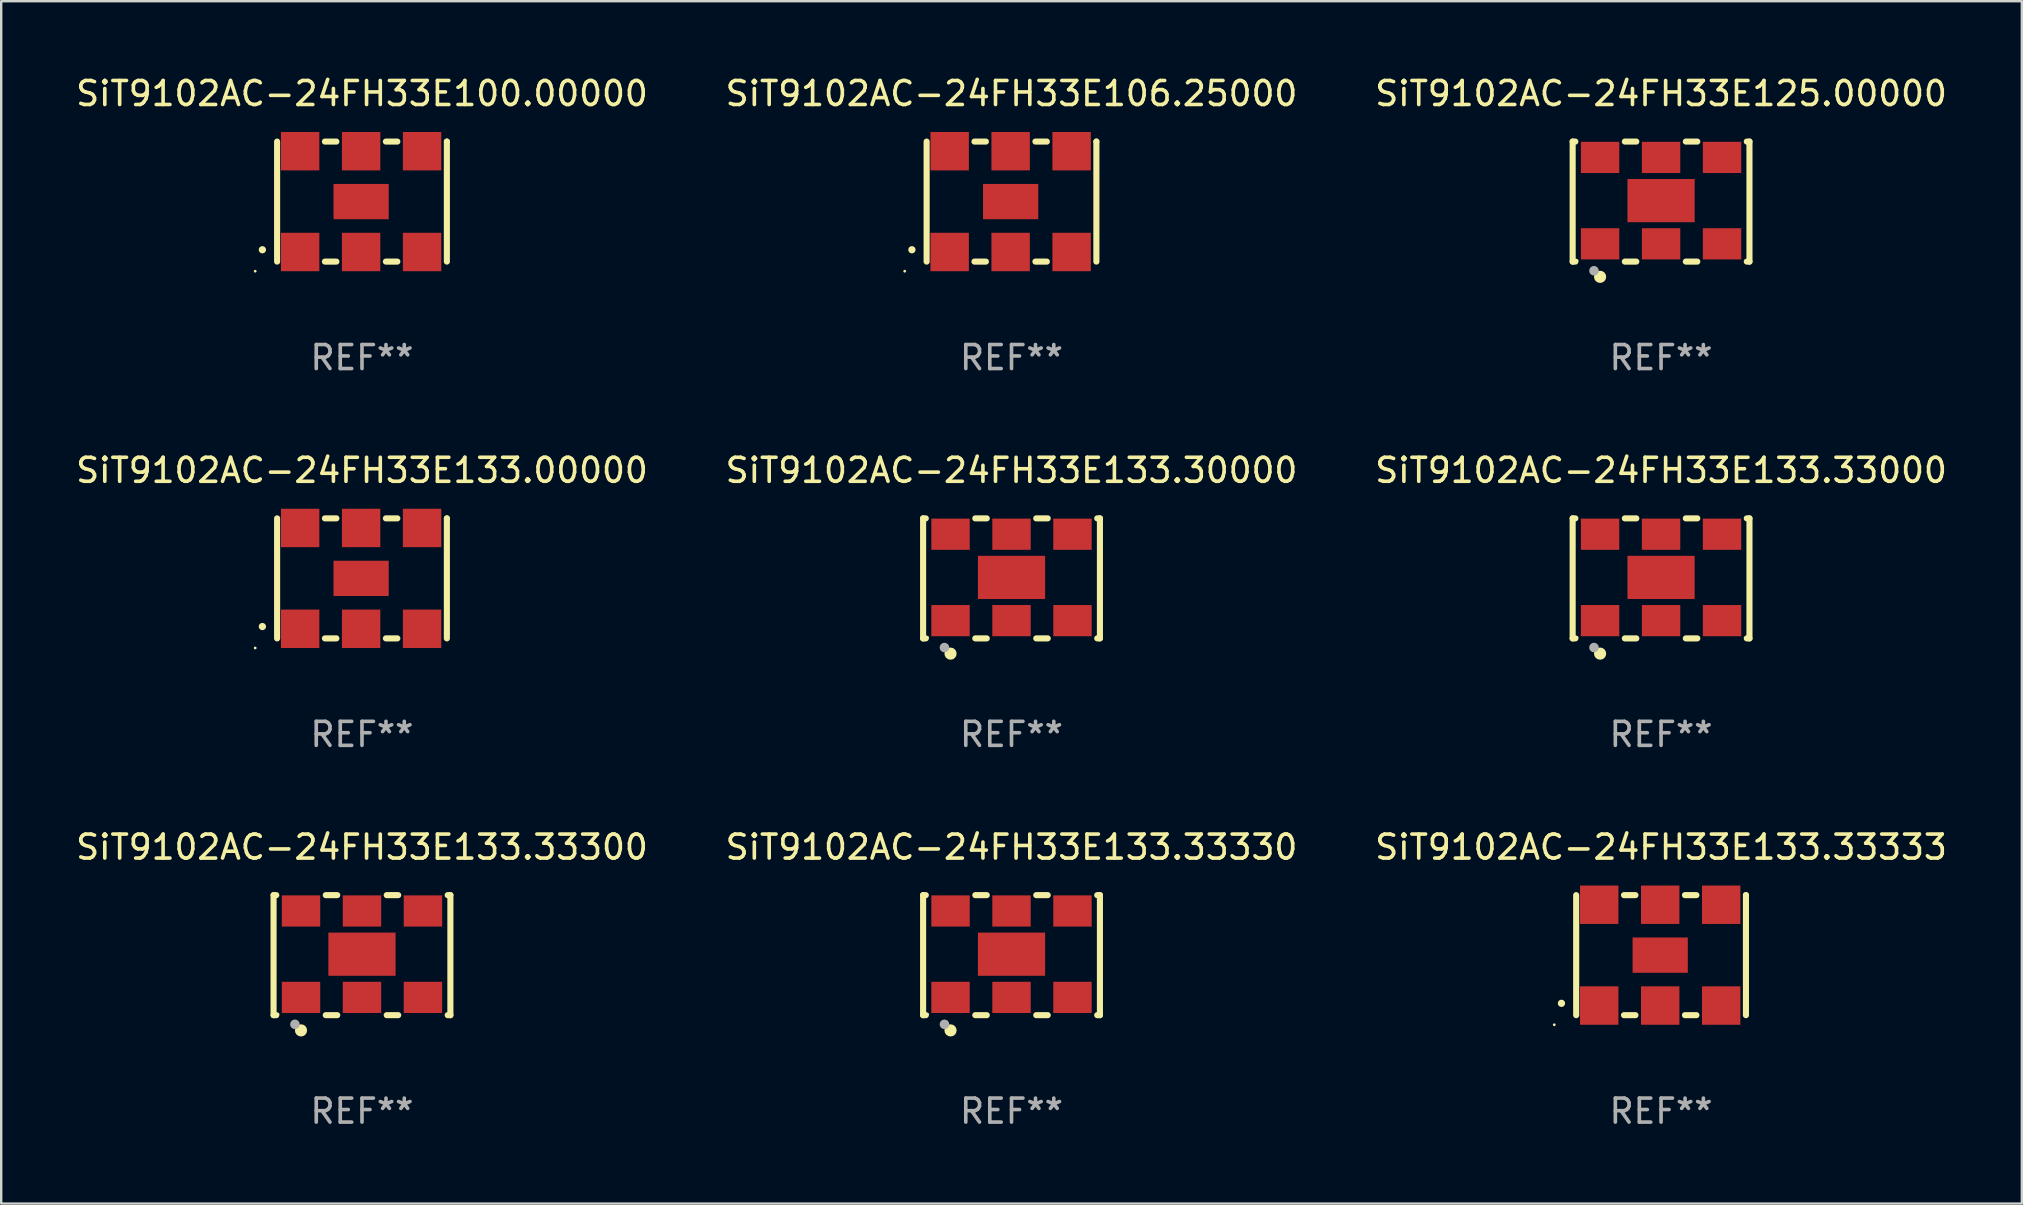
<source format=kicad_pcb>
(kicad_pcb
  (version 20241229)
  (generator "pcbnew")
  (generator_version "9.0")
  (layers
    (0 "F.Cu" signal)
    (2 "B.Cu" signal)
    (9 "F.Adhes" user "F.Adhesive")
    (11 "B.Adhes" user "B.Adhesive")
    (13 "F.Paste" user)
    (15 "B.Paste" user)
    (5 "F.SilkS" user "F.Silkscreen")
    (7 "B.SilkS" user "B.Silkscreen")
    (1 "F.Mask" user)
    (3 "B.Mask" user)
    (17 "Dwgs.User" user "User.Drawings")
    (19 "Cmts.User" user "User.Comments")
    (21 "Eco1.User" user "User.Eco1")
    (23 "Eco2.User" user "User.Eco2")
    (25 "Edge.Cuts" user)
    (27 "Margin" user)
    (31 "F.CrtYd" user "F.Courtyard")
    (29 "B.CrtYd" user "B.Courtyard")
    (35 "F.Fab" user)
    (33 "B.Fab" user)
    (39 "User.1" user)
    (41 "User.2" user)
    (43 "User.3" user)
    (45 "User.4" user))
  (footprint "SiT9102AC-24FH33E133.30000"
    (layer "F.Cu")
    (at 39.089 21.045)
    (property "Reference" "SiT9102AC-24FH33E133.30000" (at 0 -4.5 0) (layer "F.SilkS") (effects (font (size 1 1) (thickness 0.15))))
    (attr through_hole)
    (fp_line (start -3.683 -2.5) (end -3.571 -2.5) (stroke (width 0.254) (type solid)) (layer "F.SilkS"))
    (fp_line (start -3.683 2.5) (end -3.683 -2.5) (stroke (width 0.254) (type solid)) (layer "F.SilkS"))
    (fp_line (start -3.683 2.5) (end -3.571 2.5) (stroke (width 0.254) (type solid)) (layer "F.SilkS"))
    (fp_line (start -1.509 -2.5) (end -1.031 -2.5) (stroke (width 0.254) (type solid)) (layer "F.SilkS"))
    (fp_line (start -1.509 2.5) (end -1.031 2.5) (stroke (width 0.254) (type solid)) (layer "F.SilkS"))
    (fp_line (start 1.031 -2.5) (end 1.509 -2.5) (stroke (width 0.254) (type solid)) (layer "F.SilkS"))
    (fp_line (start 1.031 2.5) (end 1.509 2.5) (stroke (width 0.254) (type solid)) (layer "F.SilkS"))
    (fp_line (start 3.571 -2.5) (end 3.683 -2.5) (stroke (width 0.254) (type solid)) (layer "F.SilkS"))
    (fp_line (start 3.571 2.5) (end 3.683 2.5) (stroke (width 0.254) (type solid)) (layer "F.SilkS"))
    (fp_line (start 3.683 2.5) (end 3.683 -2.5) (stroke (width 0.254) (type solid)) (layer "F.SilkS"))
    (fp_circle (center -3.5 2.46) (end -3.47 2.46) (stroke (width 0.06) (type solid)) (fill no) (layer "F.SilkS"))
    (fp_circle (center -2.54 3.135) (end -2.413 3.135) (stroke (width 0.254) (type solid)) (fill no) (layer "F.SilkS"))
    (fp_circle (center -2.794 2.881) (end -2.694 2.881) (stroke (width 0.2) (type solid)) (fill no) (layer "F.Fab"))
    (fp_text user "REF**" (at 0 6.5 0) (layer "F.Fab") (effects (font (size 1 1) (thickness 0.15))))
    (pad "1" smd rect (at -2.54 1.76) (size 1.6 1.3) (layers "F.Cu" "F.Mask" "F.Paste"))
    (pad "2" smd rect (at 0 1.76) (size 1.6 1.3) (layers "F.Cu" "F.Mask" "F.Paste"))
    (pad "3" smd rect (at 2.54 1.76) (size 1.6 1.3) (layers "F.Cu" "F.Mask" "F.Paste"))
    (pad "4" smd rect (at 2.54 -1.84) (size 1.6 1.3) (layers "F.Cu" "F.Mask" "F.Paste"))
    (pad "5" smd rect (at 0 -1.84) (size 1.6 1.3) (layers "F.Cu" "F.Mask" "F.Paste"))
    (pad "6" smd rect (at -2.54 -1.84) (size 1.6 1.3) (layers "F.Cu" "F.Mask" "F.Paste"))
    (pad "7" smd rect (at 0 -0.04) (size 2.8 1.8) (layers "F.Cu" "F.Mask" "F.Paste")))
  (footprint "SiT9102AC-24FH33E133.33330"
    (layer "F.Cu")
    (at 39.089 36.741)
    (property "Reference" "SiT9102AC-24FH33E133.33330" (at 0 -4.5 0) (layer "F.SilkS") (effects (font (size 1 1) (thickness 0.15))))
    (attr through_hole)
    (fp_line (start -3.683 -2.5) (end -3.571 -2.5) (stroke (width 0.254) (type solid)) (layer "F.SilkS"))
    (fp_line (start -3.683 2.5) (end -3.683 -2.5) (stroke (width 0.254) (type solid)) (layer "F.SilkS"))
    (fp_line (start -3.683 2.5) (end -3.571 2.5) (stroke (width 0.254) (type solid)) (layer "F.SilkS"))
    (fp_line (start -1.509 -2.5) (end -1.031 -2.5) (stroke (width 0.254) (type solid)) (layer "F.SilkS"))
    (fp_line (start -1.509 2.5) (end -1.031 2.5) (stroke (width 0.254) (type solid)) (layer "F.SilkS"))
    (fp_line (start 1.031 -2.5) (end 1.509 -2.5) (stroke (width 0.254) (type solid)) (layer "F.SilkS"))
    (fp_line (start 1.031 2.5) (end 1.509 2.5) (stroke (width 0.254) (type solid)) (layer "F.SilkS"))
    (fp_line (start 3.571 -2.5) (end 3.683 -2.5) (stroke (width 0.254) (type solid)) (layer "F.SilkS"))
    (fp_line (start 3.571 2.5) (end 3.683 2.5) (stroke (width 0.254) (type solid)) (layer "F.SilkS"))
    (fp_line (start 3.683 2.5) (end 3.683 -2.5) (stroke (width 0.254) (type solid)) (layer "F.SilkS"))
    (fp_circle (center -3.5 2.46) (end -3.47 2.46) (stroke (width 0.06) (type solid)) (fill no) (layer "F.SilkS"))
    (fp_circle (center -2.54 3.135) (end -2.413 3.135) (stroke (width 0.254) (type solid)) (fill no) (layer "F.SilkS"))
    (fp_circle (center -2.794 2.881) (end -2.694 2.881) (stroke (width 0.2) (type solid)) (fill no) (layer "F.Fab"))
    (fp_text user "REF**" (at 0 6.5 0) (layer "F.Fab") (effects (font (size 1 1) (thickness 0.15))))
    (pad "1" smd rect (at -2.54 1.76) (size 1.6 1.3) (layers "F.Cu" "F.Mask" "F.Paste"))
    (pad "2" smd rect (at 0 1.76) (size 1.6 1.3) (layers "F.Cu" "F.Mask" "F.Paste"))
    (pad "3" smd rect (at 2.54 1.76) (size 1.6 1.3) (layers "F.Cu" "F.Mask" "F.Paste"))
    (pad "4" smd rect (at 2.54 -1.84) (size 1.6 1.3) (layers "F.Cu" "F.Mask" "F.Paste"))
    (pad "5" smd rect (at 0 -1.84) (size 1.6 1.3) (layers "F.Cu" "F.Mask" "F.Paste"))
    (pad "6" smd rect (at -2.54 -1.84) (size 1.6 1.3) (layers "F.Cu" "F.Mask" "F.Paste"))
    (pad "7" smd rect (at 0 -0.04) (size 2.8 1.8) (layers "F.Cu" "F.Mask" "F.Paste")))
  (footprint "SiT9102AC-24FH33E133.00000"
    (layer "F.Cu")
    (at 12.03 21.045)
    (property "Reference" "SiT9102AC-24FH33E133.00000" (at 0 -4.5 0) (layer "F.SilkS") (effects (font (size 1 1) (thickness 0.15))))
    (attr through_hole)
    (fp_line (start -3.536 -2.5) (end -3.536 2.5) (stroke (width 0.254) (type solid)) (layer "F.SilkS"))
    (fp_line (start -1.544 2.5) (end -1.067 2.5) (stroke (width 0.254) (type solid)) (layer "F.SilkS"))
    (fp_line (start -1.067 -2.5) (end -1.544 -2.5) (stroke (width 0.254) (type solid)) (layer "F.SilkS"))
    (fp_line (start 0.996 2.5) (end 1.473 2.5) (stroke (width 0.254) (type solid)) (layer "F.SilkS"))
    (fp_line (start 1.473 -2.5) (end 0.996 -2.5) (stroke (width 0.254) (type solid)) (layer "F.SilkS"))
    (fp_line (start 3.536 -2.5) (end 3.536 -2.5) (stroke (width 0.254) (type solid)) (layer "F.SilkS"))
    (fp_line (start 3.536 2.5) (end 3.536 -2.5) (stroke (width 0.254) (type solid)) (layer "F.SilkS"))
    (fp_arc (start -4.150432 2.006604) (mid -4.149162 2.006599) (end -4.147892 2.006604) (stroke (width 0.3) (type solid)) (layer "F.SilkS"))
    (fp_circle (center -4.449 2.9) (end -4.419 2.9) (stroke (width 0.06) (type solid)) (fill no) (layer "F.SilkS"))
    (fp_text user "REF**" (at 0 6.5 0) (layer "F.Fab") (effects (font (size 1 1) (thickness 0.15))))
    (pad "1" smd rect (at -2.576 2.1) (size 1.6 1.6) (layers "F.Cu" "F.Mask" "F.Paste"))
    (pad "2" smd rect (at -0.036 2.1) (size 1.6 1.6) (layers "F.Cu" "F.Mask" "F.Paste"))
    (pad "3" smd rect (at 2.504 2.1) (size 1.6 1.6) (layers "F.Cu" "F.Mask" "F.Paste"))
    (pad "4" smd rect (at 2.504 -2.1) (size 1.6 1.6) (layers "F.Cu" "F.Mask" "F.Paste"))
    (pad "5" smd rect (at -0.036 -2.1) (size 1.6 1.6) (layers "F.Cu" "F.Mask" "F.Paste"))
    (pad "6" smd rect (at -2.576 -2.1) (size 1.6 1.6) (layers "F.Cu" "F.Mask" "F.Paste"))
    (pad "7" smd rect (at -0.036 0) (size 2.3 1.47) (layers "F.Cu" "F.Mask" "F.Paste")))
  (footprint "SiT9102AC-24FH33E106.25000"
    (layer "F.Cu")
    (at 39.089 5.348)
    (property "Reference" "SiT9102AC-24FH33E106.25000" (at 0 -4.5 0) (layer "F.SilkS") (effects (font (size 1 1) (thickness 0.15))))
    (attr through_hole)
    (fp_line (start -3.536 -2.5) (end -3.536 2.5) (stroke (width 0.254) (type solid)) (layer "F.SilkS"))
    (fp_line (start -1.544 2.5) (end -1.067 2.5) (stroke (width 0.254) (type solid)) (layer "F.SilkS"))
    (fp_line (start -1.067 -2.5) (end -1.544 -2.5) (stroke (width 0.254) (type solid)) (layer "F.SilkS"))
    (fp_line (start 0.996 2.5) (end 1.473 2.5) (stroke (width 0.254) (type solid)) (layer "F.SilkS"))
    (fp_line (start 1.473 -2.5) (end 0.996 -2.5) (stroke (width 0.254) (type solid)) (layer "F.SilkS"))
    (fp_line (start 3.536 -2.5) (end 3.536 -2.5) (stroke (width 0.254) (type solid)) (layer "F.SilkS"))
    (fp_line (start 3.536 2.5) (end 3.536 -2.5) (stroke (width 0.254) (type solid)) (layer "F.SilkS"))
    (fp_arc (start -4.150432 2.006604) (mid -4.149162 2.006599) (end -4.147892 2.006604) (stroke (width 0.3) (type solid)) (layer "F.SilkS"))
    (fp_circle (center -4.449 2.9) (end -4.419 2.9) (stroke (width 0.06) (type solid)) (fill no) (layer "F.SilkS"))
    (fp_text user "REF**" (at 0 6.5 0) (layer "F.Fab") (effects (font (size 1 1) (thickness 0.15))))
    (pad "1" smd rect (at -2.576 2.1) (size 1.6 1.6) (layers "F.Cu" "F.Mask" "F.Paste"))
    (pad "2" smd rect (at -0.036 2.1) (size 1.6 1.6) (layers "F.Cu" "F.Mask" "F.Paste"))
    (pad "3" smd rect (at 2.504 2.1) (size 1.6 1.6) (layers "F.Cu" "F.Mask" "F.Paste"))
    (pad "4" smd rect (at 2.504 -2.1) (size 1.6 1.6) (layers "F.Cu" "F.Mask" "F.Paste"))
    (pad "5" smd rect (at -0.036 -2.1) (size 1.6 1.6) (layers "F.Cu" "F.Mask" "F.Paste"))
    (pad "6" smd rect (at -2.576 -2.1) (size 1.6 1.6) (layers "F.Cu" "F.Mask" "F.Paste"))
    (pad "7" smd rect (at -0.036 0) (size 2.3 1.47) (layers "F.Cu" "F.Mask" "F.Paste")))
  (footprint "SiT9102AC-24FH33E100.00000"
    (layer "F.Cu")
    (at 12.03 5.348)
    (property "Reference" "SiT9102AC-24FH33E100.00000" (at 0 -4.5 0) (layer "F.SilkS") (effects (font (size 1 1) (thickness 0.15))))
    (attr through_hole)
    (fp_line (start -3.536 -2.5) (end -3.536 2.5) (stroke (width 0.254) (type solid)) (layer "F.SilkS"))
    (fp_line (start -1.544 2.5) (end -1.067 2.5) (stroke (width 0.254) (type solid)) (layer "F.SilkS"))
    (fp_line (start -1.067 -2.5) (end -1.544 -2.5) (stroke (width 0.254) (type solid)) (layer "F.SilkS"))
    (fp_line (start 0.996 2.5) (end 1.473 2.5) (stroke (width 0.254) (type solid)) (layer "F.SilkS"))
    (fp_line (start 1.473 -2.5) (end 0.996 -2.5) (stroke (width 0.254) (type solid)) (layer "F.SilkS"))
    (fp_line (start 3.536 -2.5) (end 3.536 -2.5) (stroke (width 0.254) (type solid)) (layer "F.SilkS"))
    (fp_line (start 3.536 2.5) (end 3.536 -2.5) (stroke (width 0.254) (type solid)) (layer "F.SilkS"))
    (fp_arc (start -4.150432 2.006604) (mid -4.149162 2.006599) (end -4.147892 2.006604) (stroke (width 0.3) (type solid)) (layer "F.SilkS"))
    (fp_circle (center -4.449 2.9) (end -4.419 2.9) (stroke (width 0.06) (type solid)) (fill no) (layer "F.SilkS"))
    (fp_text user "REF**" (at 0 6.5 0) (layer "F.Fab") (effects (font (size 1 1) (thickness 0.15))))
    (pad "1" smd rect (at -2.576 2.1) (size 1.6 1.6) (layers "F.Cu" "F.Mask" "F.Paste"))
    (pad "2" smd rect (at -0.036 2.1) (size 1.6 1.6) (layers "F.Cu" "F.Mask" "F.Paste"))
    (pad "3" smd rect (at 2.504 2.1) (size 1.6 1.6) (layers "F.Cu" "F.Mask" "F.Paste"))
    (pad "4" smd rect (at 2.504 -2.1) (size 1.6 1.6) (layers "F.Cu" "F.Mask" "F.Paste"))
    (pad "5" smd rect (at -0.036 -2.1) (size 1.6 1.6) (layers "F.Cu" "F.Mask" "F.Paste"))
    (pad "6" smd rect (at -2.576 -2.1) (size 1.6 1.6) (layers "F.Cu" "F.Mask" "F.Paste"))
    (pad "7" smd rect (at -0.036 0) (size 2.3 1.47) (layers "F.Cu" "F.Mask" "F.Paste")))
  (footprint "SiT9102AC-24FH33E133.33300"
    (layer "F.Cu")
    (at 12.03 36.741)
    (property "Reference" "SiT9102AC-24FH33E133.33300" (at 0 -4.5 0) (layer "F.SilkS") (effects (font (size 1 1) (thickness 0.15))))
    (attr through_hole)
    (fp_line (start -3.683 -2.5) (end -3.571 -2.5) (stroke (width 0.254) (type solid)) (layer "F.SilkS"))
    (fp_line (start -3.683 2.5) (end -3.683 -2.5) (stroke (width 0.254) (type solid)) (layer "F.SilkS"))
    (fp_line (start -3.683 2.5) (end -3.571 2.5) (stroke (width 0.254) (type solid)) (layer "F.SilkS"))
    (fp_line (start -1.509 -2.5) (end -1.031 -2.5) (stroke (width 0.254) (type solid)) (layer "F.SilkS"))
    (fp_line (start -1.509 2.5) (end -1.031 2.5) (stroke (width 0.254) (type solid)) (layer "F.SilkS"))
    (fp_line (start 1.031 -2.5) (end 1.509 -2.5) (stroke (width 0.254) (type solid)) (layer "F.SilkS"))
    (fp_line (start 1.031 2.5) (end 1.509 2.5) (stroke (width 0.254) (type solid)) (layer "F.SilkS"))
    (fp_line (start 3.571 -2.5) (end 3.683 -2.5) (stroke (width 0.254) (type solid)) (layer "F.SilkS"))
    (fp_line (start 3.571 2.5) (end 3.683 2.5) (stroke (width 0.254) (type solid)) (layer "F.SilkS"))
    (fp_line (start 3.683 2.5) (end 3.683 -2.5) (stroke (width 0.254) (type solid)) (layer "F.SilkS"))
    (fp_circle (center -3.5 2.46) (end -3.47 2.46) (stroke (width 0.06) (type solid)) (fill no) (layer "F.SilkS"))
    (fp_circle (center -2.54 3.135) (end -2.413 3.135) (stroke (width 0.254) (type solid)) (fill no) (layer "F.SilkS"))
    (fp_circle (center -2.794 2.881) (end -2.694 2.881) (stroke (width 0.2) (type solid)) (fill no) (layer "F.Fab"))
    (fp_text user "REF**" (at 0 6.5 0) (layer "F.Fab") (effects (font (size 1 1) (thickness 0.15))))
    (pad "1" smd rect (at -2.54 1.76) (size 1.6 1.3) (layers "F.Cu" "F.Mask" "F.Paste"))
    (pad "2" smd rect (at 0 1.76) (size 1.6 1.3) (layers "F.Cu" "F.Mask" "F.Paste"))
    (pad "3" smd rect (at 2.54 1.76) (size 1.6 1.3) (layers "F.Cu" "F.Mask" "F.Paste"))
    (pad "4" smd rect (at 2.54 -1.84) (size 1.6 1.3) (layers "F.Cu" "F.Mask" "F.Paste"))
    (pad "5" smd rect (at 0 -1.84) (size 1.6 1.3) (layers "F.Cu" "F.Mask" "F.Paste"))
    (pad "6" smd rect (at -2.54 -1.84) (size 1.6 1.3) (layers "F.Cu" "F.Mask" "F.Paste"))
    (pad "7" smd rect (at 0 -0.04) (size 2.8 1.8) (layers "F.Cu" "F.Mask" "F.Paste")))
  (footprint "SiT9102AC-24FH33E125.00000"
    (layer "F.Cu")
    (at 66.149 5.348)
    (property "Reference" "SiT9102AC-24FH33E125.00000" (at 0 -4.5 0) (layer "F.SilkS") (effects (font (size 1 1) (thickness 0.15))))
    (attr through_hole)
    (fp_line (start -3.683 -2.5) (end -3.571 -2.5) (stroke (width 0.254) (type solid)) (layer "F.SilkS"))
    (fp_line (start -3.683 2.5) (end -3.683 -2.5) (stroke (width 0.254) (type solid)) (layer "F.SilkS"))
    (fp_line (start -3.683 2.5) (end -3.571 2.5) (stroke (width 0.254) (type solid)) (layer "F.SilkS"))
    (fp_line (start -1.509 -2.5) (end -1.031 -2.5) (stroke (width 0.254) (type solid)) (layer "F.SilkS"))
    (fp_line (start -1.509 2.5) (end -1.031 2.5) (stroke (width 0.254) (type solid)) (layer "F.SilkS"))
    (fp_line (start 1.031 -2.5) (end 1.509 -2.5) (stroke (width 0.254) (type solid)) (layer "F.SilkS"))
    (fp_line (start 1.031 2.5) (end 1.509 2.5) (stroke (width 0.254) (type solid)) (layer "F.SilkS"))
    (fp_line (start 3.571 -2.5) (end 3.683 -2.5) (stroke (width 0.254) (type solid)) (layer "F.SilkS"))
    (fp_line (start 3.571 2.5) (end 3.683 2.5) (stroke (width 0.254) (type solid)) (layer "F.SilkS"))
    (fp_line (start 3.683 2.5) (end 3.683 -2.5) (stroke (width 0.254) (type solid)) (layer "F.SilkS"))
    (fp_circle (center -3.5 2.46) (end -3.47 2.46) (stroke (width 0.06) (type solid)) (fill no) (layer "F.SilkS"))
    (fp_circle (center -2.54 3.135) (end -2.413 3.135) (stroke (width 0.254) (type solid)) (fill no) (layer "F.SilkS"))
    (fp_circle (center -2.794 2.881) (end -2.694 2.881) (stroke (width 0.2) (type solid)) (fill no) (layer "F.Fab"))
    (fp_text user "REF**" (at 0 6.5 0) (layer "F.Fab") (effects (font (size 1 1) (thickness 0.15))))
    (pad "1" smd rect (at -2.54 1.76) (size 1.6 1.3) (layers "F.Cu" "F.Mask" "F.Paste"))
    (pad "2" smd rect (at 0 1.76) (size 1.6 1.3) (layers "F.Cu" "F.Mask" "F.Paste"))
    (pad "3" smd rect (at 2.54 1.76) (size 1.6 1.3) (layers "F.Cu" "F.Mask" "F.Paste"))
    (pad "4" smd rect (at 2.54 -1.84) (size 1.6 1.3) (layers "F.Cu" "F.Mask" "F.Paste"))
    (pad "5" smd rect (at 0 -1.84) (size 1.6 1.3) (layers "F.Cu" "F.Mask" "F.Paste"))
    (pad "6" smd rect (at -2.54 -1.84) (size 1.6 1.3) (layers "F.Cu" "F.Mask" "F.Paste"))
    (pad "7" smd rect (at 0 -0.04) (size 2.8 1.8) (layers "F.Cu" "F.Mask" "F.Paste")))
  (footprint "SiT9102AC-24FH33E133.33333"
    (layer "F.Cu")
    (at 66.149 36.741)
    (property "Reference" "SiT9102AC-24FH33E133.33333" (at 0 -4.5 0) (layer "F.SilkS") (effects (font (size 1 1) (thickness 0.15))))
    (attr through_hole)
    (fp_line (start -3.536 -2.5) (end -3.536 2.5) (stroke (width 0.254) (type solid)) (layer "F.SilkS"))
    (fp_line (start -1.544 2.5) (end -1.067 2.5) (stroke (width 0.254) (type solid)) (layer "F.SilkS"))
    (fp_line (start -1.067 -2.5) (end -1.544 -2.5) (stroke (width 0.254) (type solid)) (layer "F.SilkS"))
    (fp_line (start 0.996 2.5) (end 1.473 2.5) (stroke (width 0.254) (type solid)) (layer "F.SilkS"))
    (fp_line (start 1.473 -2.5) (end 0.996 -2.5) (stroke (width 0.254) (type solid)) (layer "F.SilkS"))
    (fp_line (start 3.536 -2.5) (end 3.536 -2.5) (stroke (width 0.254) (type solid)) (layer "F.SilkS"))
    (fp_line (start 3.536 2.5) (end 3.536 -2.5) (stroke (width 0.254) (type solid)) (layer "F.SilkS"))
    (fp_arc (start -4.150432 2.006604) (mid -4.149162 2.006599) (end -4.147892 2.006604) (stroke (width 0.3) (type solid)) (layer "F.SilkS"))
    (fp_circle (center -4.449 2.9) (end -4.419 2.9) (stroke (width 0.06) (type solid)) (fill no) (layer "F.SilkS"))
    (fp_text user "REF**" (at 0 6.5 0) (layer "F.Fab") (effects (font (size 1 1) (thickness 0.15))))
    (pad "1" smd rect (at -2.576 2.1) (size 1.6 1.6) (layers "F.Cu" "F.Mask" "F.Paste"))
    (pad "2" smd rect (at -0.036 2.1) (size 1.6 1.6) (layers "F.Cu" "F.Mask" "F.Paste"))
    (pad "3" smd rect (at 2.504 2.1) (size 1.6 1.6) (layers "F.Cu" "F.Mask" "F.Paste"))
    (pad "4" smd rect (at 2.504 -2.1) (size 1.6 1.6) (layers "F.Cu" "F.Mask" "F.Paste"))
    (pad "5" smd rect (at -0.036 -2.1) (size 1.6 1.6) (layers "F.Cu" "F.Mask" "F.Paste"))
    (pad "6" smd rect (at -2.576 -2.1) (size 1.6 1.6) (layers "F.Cu" "F.Mask" "F.Paste"))
    (pad "7" smd rect (at -0.036 0) (size 2.3 1.47) (layers "F.Cu" "F.Mask" "F.Paste")))
  (footprint "SiT9102AC-24FH33E133.33000"
    (layer "F.Cu")
    (at 66.149 21.045)
    (property "Reference" "SiT9102AC-24FH33E133.33000" (at 0 -4.5 0) (layer "F.SilkS") (effects (font (size 1 1) (thickness 0.15))))
    (attr through_hole)
    (fp_line (start -3.683 -2.5) (end -3.571 -2.5) (stroke (width 0.254) (type solid)) (layer "F.SilkS"))
    (fp_line (start -3.683 2.5) (end -3.683 -2.5) (stroke (width 0.254) (type solid)) (layer "F.SilkS"))
    (fp_line (start -3.683 2.5) (end -3.571 2.5) (stroke (width 0.254) (type solid)) (layer "F.SilkS"))
    (fp_line (start -1.509 -2.5) (end -1.031 -2.5) (stroke (width 0.254) (type solid)) (layer "F.SilkS"))
    (fp_line (start -1.509 2.5) (end -1.031 2.5) (stroke (width 0.254) (type solid)) (layer "F.SilkS"))
    (fp_line (start 1.031 -2.5) (end 1.509 -2.5) (stroke (width 0.254) (type solid)) (layer "F.SilkS"))
    (fp_line (start 1.031 2.5) (end 1.509 2.5) (stroke (width 0.254) (type solid)) (layer "F.SilkS"))
    (fp_line (start 3.571 -2.5) (end 3.683 -2.5) (stroke (width 0.254) (type solid)) (layer "F.SilkS"))
    (fp_line (start 3.571 2.5) (end 3.683 2.5) (stroke (width 0.254) (type solid)) (layer "F.SilkS"))
    (fp_line (start 3.683 2.5) (end 3.683 -2.5) (stroke (width 0.254) (type solid)) (layer "F.SilkS"))
    (fp_circle (center -3.5 2.46) (end -3.47 2.46) (stroke (width 0.06) (type solid)) (fill no) (layer "F.SilkS"))
    (fp_circle (center -2.54 3.135) (end -2.413 3.135) (stroke (width 0.254) (type solid)) (fill no) (layer "F.SilkS"))
    (fp_circle (center -2.794 2.881) (end -2.694 2.881) (stroke (width 0.2) (type solid)) (fill no) (layer "F.Fab"))
    (fp_text user "REF**" (at 0 6.5 0) (layer "F.Fab") (effects (font (size 1 1) (thickness 0.15))))
    (pad "1" smd rect (at -2.54 1.76) (size 1.6 1.3) (layers "F.Cu" "F.Mask" "F.Paste"))
    (pad "2" smd rect (at 0 1.76) (size 1.6 1.3) (layers "F.Cu" "F.Mask" "F.Paste"))
    (pad "3" smd rect (at 2.54 1.76) (size 1.6 1.3) (layers "F.Cu" "F.Mask" "F.Paste"))
    (pad "4" smd rect (at 2.54 -1.84) (size 1.6 1.3) (layers "F.Cu" "F.Mask" "F.Paste"))
    (pad "5" smd rect (at 0 -1.84) (size 1.6 1.3) (layers "F.Cu" "F.Mask" "F.Paste"))
    (pad "6" smd rect (at -2.54 -1.84) (size 1.6 1.3) (layers "F.Cu" "F.Mask" "F.Paste"))
    (pad "7" smd rect (at 0 -0.04) (size 2.8 1.8) (layers "F.Cu" "F.Mask" "F.Paste")))
  (gr_rect
    (start -3 -3)
    (end 81.179 47.09)
    (stroke (width 0.1) (type default))
    (fill no)
    (layer "Edge.Cuts")))
</source>
